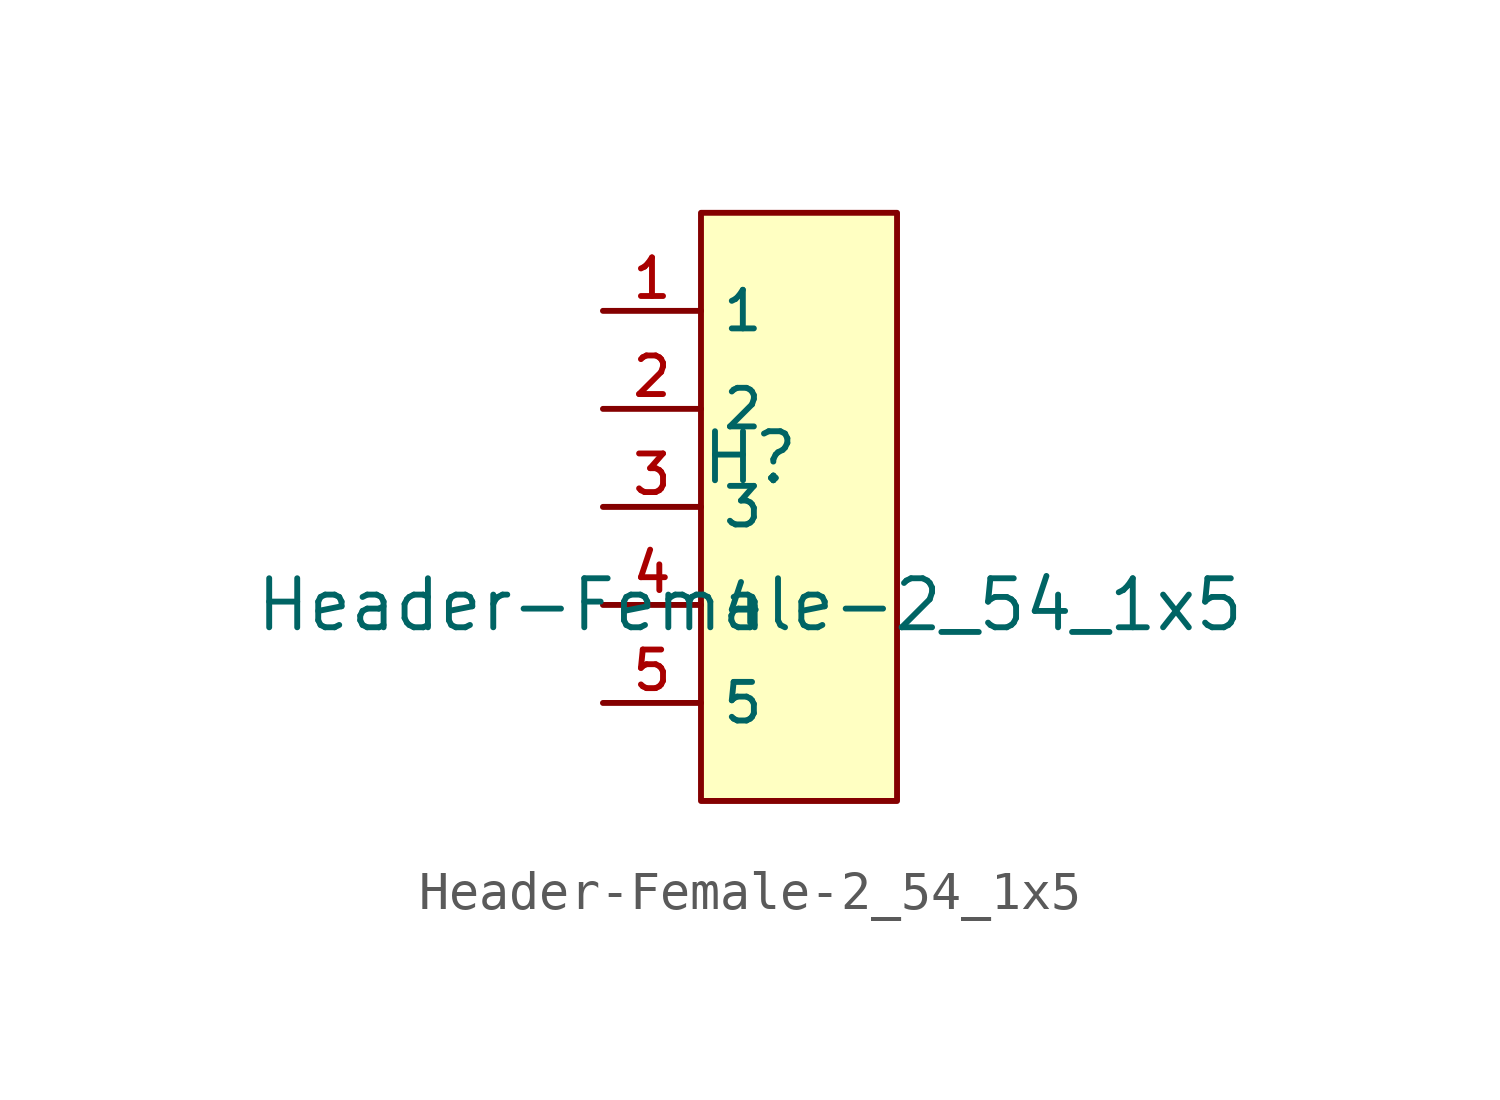
<source format=kicad_sym>
(kicad_symbol_lib
  (version 20210201)
  (generator TousstNicolas/JLC2KiCad_lib)
  (symbol "Header-Female-2_54_1x5"
    (property "Reference" "H"
      (at 0 1.27 0)
      (effects (font (size 1.27 1.27))))
    (property "Value" "Header-Female-2_54_1x5"
      (at 0 -2.54 0)
      (effects (font (size 1.27 1.27))))
    (symbol "Header-Female-2_54_1x5_0_1"
      (rectangle (start -1.27 7.62) (end 3.81 -7.62) (stroke (width 0) (type default) (color 0 0 0 0)) (fill (type background)))
      (pin input line (at -3.81 5.08 0) (length 2.54) (name "1" (effects (font (size 1 1)))) (number "1" (effects (font (size 1 1)))))
      (pin input line (at -3.81 2.54 0) (length 2.54) (name "2" (effects (font (size 1 1)))) (number "2" (effects (font (size 1 1)))))
      (pin input line (at -3.81 -0.0 0) (length 2.54) (name "3" (effects (font (size 1 1)))) (number "3" (effects (font (size 1 1)))))
      (pin input line (at -3.81 -2.54 0) (length 2.54) (name "4" (effects (font (size 1 1)))) (number "4" (effects (font (size 1 1)))))
      (pin input line (at -3.81 -5.08 0) (length 2.54) (name "5" (effects (font (size 1 1)))) (number "5" (effects (font (size 1 1))))))))
</source>
